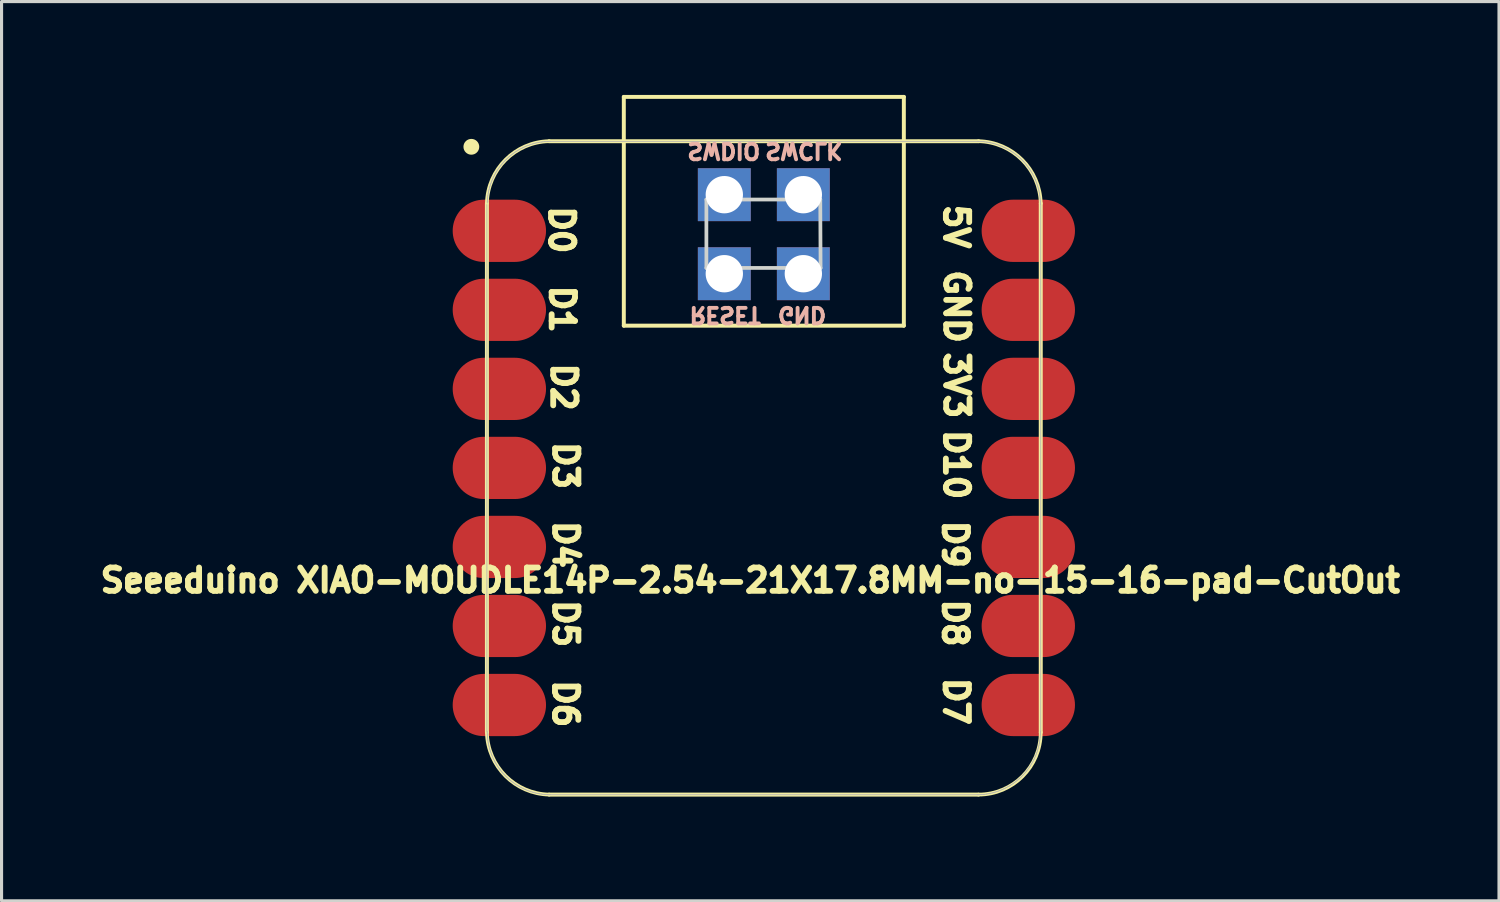
<source format=kicad_pcb>
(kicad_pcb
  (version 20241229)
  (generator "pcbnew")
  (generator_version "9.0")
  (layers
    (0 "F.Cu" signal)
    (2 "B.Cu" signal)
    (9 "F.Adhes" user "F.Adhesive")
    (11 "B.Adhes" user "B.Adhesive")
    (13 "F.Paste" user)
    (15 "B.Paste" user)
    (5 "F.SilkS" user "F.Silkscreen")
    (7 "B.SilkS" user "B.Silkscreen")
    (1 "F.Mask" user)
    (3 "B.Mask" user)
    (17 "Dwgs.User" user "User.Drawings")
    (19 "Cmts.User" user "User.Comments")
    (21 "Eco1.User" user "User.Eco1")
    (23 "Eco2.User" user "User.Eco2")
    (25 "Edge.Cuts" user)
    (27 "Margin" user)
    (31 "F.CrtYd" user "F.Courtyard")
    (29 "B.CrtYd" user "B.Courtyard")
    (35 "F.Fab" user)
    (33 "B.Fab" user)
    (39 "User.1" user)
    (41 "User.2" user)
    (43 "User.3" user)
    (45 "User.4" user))
  (footprint "Seeeduino XIAO-MOUDLE14P-2.54-21X17.8MM-no-15-16-pad-CutOut"
    (layer "F.Cu")
    (at 12.413 22.652)
    (property "Reference" "Seeeduino XIAO-MOUDLE14P-2.54-21X17.8MM-no-15-16-pad-CutOut" (at 8.65 -7.05 0) (layer "F.SilkS") (effects (font (size 0.75 0.75) (thickness 0.188))))
    (attr smd)
    (fp_line (start 0.186 -19.164) (end 0.186 -2.164) (stroke (width 0.127) (type solid)) (layer "F.SilkS"))
    (fp_line (start 2.186 -0.164) (end 15.986 -0.164) (stroke (width 0.127) (type solid)) (layer "F.SilkS"))
    (fp_line (start 4.586 -22.588) (end 13.586 -22.588) (stroke (width 0.127) (type solid)) (layer "F.SilkS"))
    (fp_line (start 4.586 -15.235) (end 4.586 -22.588) (stroke (width 0.127) (type solid)) (layer "F.SilkS"))
    (fp_line (start 13.586 -22.588) (end 13.586 -15.235) (stroke (width 0.127) (type solid)) (layer "F.SilkS"))
    (fp_line (start 13.586 -15.235) (end 4.586 -15.235) (stroke (width 0.127) (type solid)) (layer "F.SilkS"))
    (fp_line (start 15.986 -21.163) (end 2.186 -21.163) (stroke (width 0.127) (type solid)) (layer "F.SilkS"))
    (fp_line (start 17.986 -2.164) (end 17.986 -19.164) (stroke (width 0.127) (type solid)) (layer "F.SilkS"))
    (fp_arc (start 0.185786 -19.164214) (mid 0.784295 -20.565705) (end 2.185786 -21.164214) (stroke (width 0.12) (type solid)) (layer "F.SilkS"))
    (fp_arc (start 2.185786 -0.164214) (mid 0.784363 -0.762791) (end 0.185786 -2.164214) (stroke (width 0.12) (type solid)) (layer "F.SilkS"))
    (fp_arc (start 15.985786 -21.164214) (mid 17.38727 -20.565698) (end 17.985786 -19.164214) (stroke (width 0.12) (type solid)) (layer "F.SilkS"))
    (fp_arc (start 17.985786 -2.164214) (mid 17.400004 -0.749996) (end 15.985786 -0.164214) (stroke (width 0.12) (type solid)) (layer "F.SilkS"))
    (fp_circle (center -0.314 -20.984) (end -0.314 -21.238) (stroke (width 0) (type solid)) (fill yes) (layer "F.SilkS"))
    (fp_poly (pts (xy 0.198 -19.226) (xy 0.201 -19.275) (xy 0.205 -19.324)) (stroke (width 0.025) (type solid)) (fill no) (layer "F.SilkS"))
    (fp_poly (pts (xy 17.975 -2.143) (xy 17.973 -2.093) (xy 17.97 -2.045) (xy 17.966 -1.996) (xy 17.961 -1.947) (xy 17.954 -1.898) (xy 17.947 -1.85) (xy 17.938 -1.801) (xy 17.928 -1.753)) (stroke (width 0.025) (type solid)) (fill no) (layer "F.SilkS"))
    (fp_line (start 7.24 -17.09) (end 7.24 -19.29) (stroke (width 0.12) (type default)) (layer "Edge.Cuts"))
    (fp_line (start 7.24 -17.09) (end 10.91 -17.09) (stroke (width 0.12) (type default)) (layer "Edge.Cuts"))
    (fp_line (start 10.9 -19.29) (end 7.24 -19.29) (stroke (width 0.12) (type default)) (layer "Edge.Cuts"))
    (fp_line (start 10.91 -17.09) (end 10.9 -19.29) (stroke (width 0.12) (type default)) (layer "Edge.Cuts"))
    (fp_line (start 0.186 -19.128) (end 0.186 -2.192) (stroke (width 0.025) (type solid)) (layer "F.Fab"))
    (fp_line (start 0.196 -2.192) (end 0.196 -2.143) (stroke (width 0.025) (type solid)) (layer "F.Fab"))
    (fp_line (start 0.196 -2.143) (end 0.198 -2.093) (stroke (width 0.025) (type solid)) (layer "F.Fab"))
    (fp_line (start 0.198 -19.226) (end 0.196 -19.177) (stroke (width 0.025) (type solid)) (layer "F.Fab"))
    (fp_line (start 0.198 -2.093) (end 0.201 -2.045) (stroke (width 0.025) (type solid)) (layer "F.Fab"))
    (fp_line (start 0.201 -19.275) (end 0.198 -19.226) (stroke (width 0.025) (type solid)) (layer "F.Fab"))
    (fp_line (start 0.201 -2.045) (end 0.205 -1.996) (stroke (width 0.025) (type solid)) (layer "F.Fab"))
    (fp_line (start 0.205 -19.324) (end 0.201 -19.275) (stroke (width 0.025) (type solid)) (layer "F.Fab"))
    (fp_line (start 0.205 -1.996) (end 0.211 -1.947) (stroke (width 0.025) (type solid)) (layer "F.Fab"))
    (fp_line (start 0.211 -19.372) (end 0.205 -19.324) (stroke (width 0.025) (type solid)) (layer "F.Fab"))
    (fp_line (start 0.211 -1.947) (end 0.217 -1.898) (stroke (width 0.025) (type solid)) (layer "F.Fab"))
    (fp_line (start 0.217 -19.421) (end 0.211 -19.372) (stroke (width 0.025) (type solid)) (layer "F.Fab"))
    (fp_line (start 0.217 -1.898) (end 0.225 -1.85) (stroke (width 0.025) (type solid)) (layer "F.Fab"))
    (fp_line (start 0.225 -19.47) (end 0.217 -19.421) (stroke (width 0.025) (type solid)) (layer "F.Fab"))
    (fp_line (start 0.225 -1.85) (end 0.234 -1.801) (stroke (width 0.025) (type solid)) (layer "F.Fab"))
    (fp_line (start 0.234 -19.518) (end 0.225 -19.47) (stroke (width 0.025) (type solid)) (layer "F.Fab"))
    (fp_line (start 0.234 -1.801) (end 0.244 -1.753) (stroke (width 0.025) (type solid)) (layer "F.Fab"))
    (fp_line (start 0.244 -19.566) (end 0.234 -19.518) (stroke (width 0.025) (type solid)) (layer "F.Fab"))
    (fp_line (start 0.244 -1.753) (end 0.255 -1.705) (stroke (width 0.025) (type solid)) (layer "F.Fab"))
    (fp_line (start 0.255 -19.614) (end 0.244 -19.566) (stroke (width 0.025) (type solid)) (layer "F.Fab"))
    (fp_line (start 0.255 -1.705) (end 0.267 -1.658) (stroke (width 0.025) (type solid)) (layer "F.Fab"))
    (fp_line (start 0.267 -19.662) (end 0.255 -19.614) (stroke (width 0.025) (type solid)) (layer "F.Fab"))
    (fp_line (start 0.267 -1.658) (end 0.281 -1.611) (stroke (width 0.025) (type solid)) (layer "F.Fab"))
    (fp_line (start 0.281 -19.709) (end 0.267 -19.662) (stroke (width 0.025) (type solid)) (layer "F.Fab"))
    (fp_line (start 0.281 -1.611) (end 0.295 -1.564) (stroke (width 0.025) (type solid)) (layer "F.Fab"))
    (fp_line (start 0.295 -19.756) (end 0.281 -19.709) (stroke (width 0.025) (type solid)) (layer "F.Fab"))
    (fp_line (start 0.295 -1.564) (end 0.311 -1.517) (stroke (width 0.025) (type solid)) (layer "F.Fab"))
    (fp_line (start 0.311 -19.802) (end 0.295 -19.756) (stroke (width 0.025) (type solid)) (layer "F.Fab"))
    (fp_line (start 0.311 -1.517) (end 0.328 -1.471) (stroke (width 0.025) (type solid)) (layer "F.Fab"))
    (fp_line (start 0.328 -19.848) (end 0.311 -19.802) (stroke (width 0.025) (type solid)) (layer "F.Fab"))
    (fp_line (start 0.328 -1.471) (end 0.346 -1.425) (stroke (width 0.025) (type solid)) (layer "F.Fab"))
    (fp_line (start 0.346 -19.894) (end 0.328 -19.848) (stroke (width 0.025) (type solid)) (layer "F.Fab"))
    (fp_line (start 0.346 -1.425) (end 0.365 -1.38) (stroke (width 0.025) (type solid)) (layer "F.Fab"))
    (fp_line (start 0.365 -19.939) (end 0.346 -19.894) (stroke (width 0.025) (type solid)) (layer "F.Fab"))
    (fp_line (start 0.365 -1.38) (end 0.385 -1.335) (stroke (width 0.025) (type solid)) (layer "F.Fab"))
    (fp_line (start 0.385 -19.984) (end 0.365 -19.939) (stroke (width 0.025) (type solid)) (layer "F.Fab"))
    (fp_line (start 0.385 -1.335) (end 0.406 -1.291) (stroke (width 0.025) (type solid)) (layer "F.Fab"))
    (fp_line (start 0.406 -20.028) (end 0.385 -19.984) (stroke (width 0.025) (type solid)) (layer "F.Fab"))
    (fp_line (start 0.406 -1.291) (end 0.428 -1.247) (stroke (width 0.025) (type solid)) (layer "F.Fab"))
    (fp_line (start 0.428 -20.072) (end 0.406 -20.028) (stroke (width 0.025) (type solid)) (layer "F.Fab"))
    (fp_line (start 0.428 -1.247) (end 0.452 -1.204) (stroke (width 0.025) (type solid)) (layer "F.Fab"))
    (fp_line (start 0.452 -20.115) (end 0.428 -20.072) (stroke (width 0.025) (type solid)) (layer "F.Fab"))
    (fp_line (start 0.452 -1.204) (end 0.476 -1.161) (stroke (width 0.025) (type solid)) (layer "F.Fab"))
    (fp_line (start 0.476 -20.158) (end 0.452 -20.115) (stroke (width 0.025) (type solid)) (layer "F.Fab"))
    (fp_line (start 0.476 -1.161) (end 0.502 -1.12) (stroke (width 0.025) (type solid)) (layer "F.Fab"))
    (fp_line (start 0.502 -20.2) (end 0.476 -20.158) (stroke (width 0.025) (type solid)) (layer "F.Fab"))
    (fp_line (start 0.502 -1.12) (end 0.528 -1.078) (stroke (width 0.025) (type solid)) (layer "F.Fab"))
    (fp_line (start 0.528 -20.241) (end 0.502 -20.2) (stroke (width 0.025) (type solid)) (layer "F.Fab"))
    (fp_line (start 0.528 -1.078) (end 0.555 -1.037) (stroke (width 0.025) (type solid)) (layer "F.Fab"))
    (fp_line (start 0.555 -20.282) (end 0.528 -20.241) (stroke (width 0.025) (type solid)) (layer "F.Fab"))
    (fp_line (start 0.555 -1.037) (end 0.584 -0.997) (stroke (width 0.025) (type solid)) (layer "F.Fab"))
    (fp_line (start 0.584 -20.322) (end 0.555 -20.282) (stroke (width 0.025) (type solid)) (layer "F.Fab"))
    (fp_line (start 0.584 -0.997) (end 0.613 -0.958) (stroke (width 0.025) (type solid)) (layer "F.Fab"))
    (fp_line (start 0.613 -20.361) (end 0.584 -20.322) (stroke (width 0.025) (type solid)) (layer "F.Fab"))
    (fp_line (start 0.613 -0.958) (end 0.644 -0.919) (stroke (width 0.025) (type solid)) (layer "F.Fab"))
    (fp_line (start 0.644 -20.4) (end 0.613 -20.361) (stroke (width 0.025) (type solid)) (layer "F.Fab"))
    (fp_line (start 0.644 -0.919) (end 0.675 -0.881) (stroke (width 0.025) (type solid)) (layer "F.Fab"))
    (fp_line (start 0.675 -20.438) (end 0.644 -20.4) (stroke (width 0.025) (type solid)) (layer "F.Fab"))
    (fp_line (start 0.675 -0.881) (end 0.707 -0.844) (stroke (width 0.025) (type solid)) (layer "F.Fab"))
    (fp_line (start 0.707 -20.475) (end 0.675 -20.438) (stroke (width 0.025) (type solid)) (layer "F.Fab"))
    (fp_line (start 0.707 -0.844) (end 0.74 -0.808) (stroke (width 0.025) (type solid)) (layer "F.Fab"))
    (fp_line (start 0.74 -20.511) (end 0.707 -20.475) (stroke (width 0.025) (type solid)) (layer "F.Fab"))
    (fp_line (start 0.74 -0.808) (end 0.774 -0.772) (stroke (width 0.025) (type solid)) (layer "F.Fab"))
    (fp_line (start 0.774 -20.547) (end 0.74 -20.511) (stroke (width 0.025) (type solid)) (layer "F.Fab"))
    (fp_line (start 0.774 -0.772) (end 0.808 -0.738) (stroke (width 0.025) (type solid)) (layer "F.Fab"))
    (fp_line (start 0.808 -20.582) (end 0.774 -20.547) (stroke (width 0.025) (type solid)) (layer "F.Fab"))
    (fp_line (start 0.808 -0.738) (end 0.844 -0.704) (stroke (width 0.025) (type solid)) (layer "F.Fab"))
    (fp_line (start 0.844 -20.616) (end 0.808 -20.582) (stroke (width 0.025) (type solid)) (layer "F.Fab"))
    (fp_line (start 0.844 -0.704) (end 0.88 -0.671) (stroke (width 0.025) (type solid)) (layer "F.Fab"))
    (fp_line (start 0.88 -20.649) (end 0.844 -20.616) (stroke (width 0.025) (type solid)) (layer "F.Fab"))
    (fp_line (start 0.88 -0.671) (end 0.917 -0.638) (stroke (width 0.025) (type solid)) (layer "F.Fab"))
    (fp_line (start 0.917 -20.681) (end 0.88 -20.649) (stroke (width 0.025) (type solid)) (layer "F.Fab"))
    (fp_line (start 0.917 -0.638) (end 0.955 -0.607) (stroke (width 0.025) (type solid)) (layer "F.Fab"))
    (fp_line (start 0.955 -20.712) (end 0.917 -20.681) (stroke (width 0.025) (type solid)) (layer "F.Fab"))
    (fp_line (start 0.955 -0.607) (end 0.994 -0.577) (stroke (width 0.025) (type solid)) (layer "F.Fab"))
    (fp_line (start 0.994 -20.742) (end 0.955 -20.712) (stroke (width 0.025) (type solid)) (layer "F.Fab"))
    (fp_line (start 0.994 -0.577) (end 1.033 -0.548) (stroke (width 0.025) (type solid)) (layer "F.Fab"))
    (fp_line (start 1.033 -20.772) (end 0.994 -20.742) (stroke (width 0.025) (type solid)) (layer "F.Fab"))
    (fp_line (start 1.033 -0.548) (end 1.073 -0.519) (stroke (width 0.025) (type solid)) (layer "F.Fab"))
    (fp_line (start 1.073 -20.8) (end 1.033 -20.772) (stroke (width 0.025) (type solid)) (layer "F.Fab"))
    (fp_line (start 1.073 -0.519) (end 1.114 -0.492) (stroke (width 0.025) (type solid)) (layer "F.Fab"))
    (fp_line (start 1.114 -20.827) (end 1.073 -20.8) (stroke (width 0.025) (type solid)) (layer "F.Fab"))
    (fp_line (start 1.114 -0.492) (end 1.156 -0.465) (stroke (width 0.025) (type solid)) (layer "F.Fab"))
    (fp_line (start 1.156 -20.854) (end 1.114 -20.827) (stroke (width 0.025) (type solid)) (layer "F.Fab"))
    (fp_line (start 1.156 -0.465) (end 1.198 -0.44) (stroke (width 0.025) (type solid)) (layer "F.Fab"))
    (fp_line (start 1.198 -20.879) (end 1.156 -20.854) (stroke (width 0.025) (type solid)) (layer "F.Fab"))
    (fp_line (start 1.198 -0.44) (end 1.24 -0.416) (stroke (width 0.025) (type solid)) (layer "F.Fab"))
    (fp_line (start 1.24 -20.904) (end 1.198 -20.879) (stroke (width 0.025) (type solid)) (layer "F.Fab"))
    (fp_line (start 1.24 -0.416) (end 1.283 -0.392) (stroke (width 0.025) (type solid)) (layer "F.Fab"))
    (fp_line (start 1.283 -20.927) (end 1.24 -20.904) (stroke (width 0.025) (type solid)) (layer "F.Fab"))
    (fp_line (start 1.283 -0.392) (end 1.327 -0.37) (stroke (width 0.025) (type solid)) (layer "F.Fab"))
    (fp_line (start 1.327 -20.949) (end 1.283 -20.927) (stroke (width 0.025) (type solid)) (layer "F.Fab"))
    (fp_line (start 1.327 -0.37) (end 1.372 -0.349) (stroke (width 0.025) (type solid)) (layer "F.Fab"))
    (fp_line (start 1.372 -20.97) (end 1.327 -20.949) (stroke (width 0.025) (type solid)) (layer "F.Fab"))
    (fp_line (start 1.372 -0.349) (end 1.416 -0.329) (stroke (width 0.025) (type solid)) (layer "F.Fab"))
    (fp_line (start 1.416 -20.99) (end 1.372 -20.97) (stroke (width 0.025) (type solid)) (layer "F.Fab"))
    (fp_line (start 1.416 -0.329) (end 1.461 -0.31) (stroke (width 0.025) (type solid)) (layer "F.Fab"))
    (fp_line (start 1.461 -21.01) (end 1.416 -20.99) (stroke (width 0.025) (type solid)) (layer "F.Fab"))
    (fp_line (start 1.461 -0.31) (end 1.507 -0.292) (stroke (width 0.025) (type solid)) (layer "F.Fab"))
    (fp_line (start 1.507 -21.028) (end 1.461 -21.01) (stroke (width 0.025) (type solid)) (layer "F.Fab"))
    (fp_line (start 1.507 -0.292) (end 1.553 -0.275) (stroke (width 0.025) (type solid)) (layer "F.Fab"))
    (fp_line (start 1.553 -21.044) (end 1.507 -21.028) (stroke (width 0.025) (type solid)) (layer "F.Fab"))
    (fp_line (start 1.553 -0.275) (end 1.6 -0.259) (stroke (width 0.025) (type solid)) (layer "F.Fab"))
    (fp_line (start 1.6 -21.06) (end 1.553 -21.044) (stroke (width 0.025) (type solid)) (layer "F.Fab"))
    (fp_line (start 1.6 -0.259) (end 1.647 -0.244) (stroke (width 0.025) (type solid)) (layer "F.Fab"))
    (fp_line (start 1.647 -21.075) (end 1.6 -21.06) (stroke (width 0.025) (type solid)) (layer "F.Fab"))
    (fp_line (start 1.647 -0.244) (end 1.694 -0.231) (stroke (width 0.025) (type solid)) (layer "F.Fab"))
    (fp_line (start 1.694 -21.088) (end 1.647 -21.075) (stroke (width 0.025) (type solid)) (layer "F.Fab"))
    (fp_line (start 1.694 -0.231) (end 1.741 -0.219) (stroke (width 0.025) (type solid)) (layer "F.Fab"))
    (fp_line (start 1.741 -21.101) (end 1.694 -21.088) (stroke (width 0.025) (type solid)) (layer "F.Fab"))
    (fp_line (start 1.741 -0.219) (end 1.789 -0.207) (stroke (width 0.025) (type solid)) (layer "F.Fab"))
    (fp_line (start 1.789 -21.112) (end 1.741 -21.101) (stroke (width 0.025) (type solid)) (layer "F.Fab"))
    (fp_line (start 1.789 -0.207) (end 1.837 -0.198) (stroke (width 0.025) (type solid)) (layer "F.Fab"))
    (fp_line (start 1.837 -21.122) (end 1.789 -21.112) (stroke (width 0.025) (type solid)) (layer "F.Fab"))
    (fp_line (start 1.837 -0.198) (end 1.886 -0.189) (stroke (width 0.025) (type solid)) (layer "F.Fab"))
    (fp_line (start 1.886 -21.131) (end 1.837 -21.122) (stroke (width 0.025) (type solid)) (layer "F.Fab"))
    (fp_line (start 1.886 -0.189) (end 1.934 -0.181) (stroke (width 0.025) (type solid)) (layer "F.Fab"))
    (fp_line (start 1.934 -21.138) (end 1.886 -21.131) (stroke (width 0.025) (type solid)) (layer "F.Fab"))
    (fp_line (start 1.934 -0.181) (end 1.983 -0.174) (stroke (width 0.025) (type solid)) (layer "F.Fab"))
    (fp_line (start 1.983 -21.145) (end 1.934 -21.138) (stroke (width 0.025) (type solid)) (layer "F.Fab"))
    (fp_line (start 1.983 -0.174) (end 2.032 -0.169) (stroke (width 0.025) (type solid)) (layer "F.Fab"))
    (fp_line (start 2.032 -21.15) (end 1.983 -21.145) (stroke (width 0.025) (type solid)) (layer "F.Fab"))
    (fp_line (start 2.032 -0.169) (end 2.081 -0.165) (stroke (width 0.025) (type solid)) (layer "F.Fab"))
    (fp_line (start 2.081 -21.154) (end 2.032 -21.15) (stroke (width 0.025) (type solid)) (layer "F.Fab"))
    (fp_line (start 2.081 -0.165) (end 2.129 -0.162) (stroke (width 0.025) (type solid)) (layer "F.Fab"))
    (fp_line (start 2.129 -21.157) (end 2.081 -21.154) (stroke (width 0.025) (type solid)) (layer "F.Fab"))
    (fp_line (start 2.129 -0.162) (end 2.179 -0.16) (stroke (width 0.025) (type solid)) (layer "F.Fab"))
    (fp_line (start 2.179 -21.159) (end 2.129 -21.157) (stroke (width 0.025) (type solid)) (layer "F.Fab"))
    (fp_line (start 2.179 -0.16) (end 2.228 -0.16) (stroke (width 0.025) (type solid)) (layer "F.Fab"))
    (fp_line (start 2.228 -21.16) (end 2.179 -21.159) (stroke (width 0.025) (type solid)) (layer "F.Fab"))
    (fp_line (start 2.228 -0.16) (end 15.944 -0.16) (stroke (width 0.025) (type solid)) (layer "F.Fab"))
    (fp_line (start 15.944 -21.16) (end 2.228 -21.16) (stroke (width 0.025) (type solid)) (layer "F.Fab"))
    (fp_line (start 15.944 -0.16) (end 15.993 -0.16) (stroke (width 0.025) (type solid)) (layer "F.Fab"))
    (fp_line (start 15.993 -21.159) (end 15.944 -21.16) (stroke (width 0.025) (type solid)) (layer "F.Fab"))
    (fp_line (start 15.993 -0.16) (end 16.042 -0.162) (stroke (width 0.025) (type solid)) (layer "F.Fab"))
    (fp_line (start 16.042 -21.157) (end 15.993 -21.159) (stroke (width 0.025) (type solid)) (layer "F.Fab"))
    (fp_line (start 16.042 -0.162) (end 16.091 -0.165) (stroke (width 0.025) (type solid)) (layer "F.Fab"))
    (fp_line (start 16.091 -21.154) (end 16.042 -21.157) (stroke (width 0.025) (type solid)) (layer "F.Fab"))
    (fp_line (start 16.091 -0.165) (end 16.14 -0.169) (stroke (width 0.025) (type solid)) (layer "F.Fab"))
    (fp_line (start 16.14 -21.15) (end 16.091 -21.154) (stroke (width 0.025) (type solid)) (layer "F.Fab"))
    (fp_line (start 16.14 -0.169) (end 16.189 -0.174) (stroke (width 0.025) (type solid)) (layer "F.Fab"))
    (fp_line (start 16.189 -21.145) (end 16.14 -21.15) (stroke (width 0.025) (type solid)) (layer "F.Fab"))
    (fp_line (start 16.189 -0.174) (end 16.237 -0.181) (stroke (width 0.025) (type solid)) (layer "F.Fab"))
    (fp_line (start 16.237 -21.138) (end 16.189 -21.145) (stroke (width 0.025) (type solid)) (layer "F.Fab"))
    (fp_line (start 16.237 -0.181) (end 16.286 -0.189) (stroke (width 0.025) (type solid)) (layer "F.Fab"))
    (fp_line (start 16.286 -21.131) (end 16.237 -21.138) (stroke (width 0.025) (type solid)) (layer "F.Fab"))
    (fp_line (start 16.286 -0.189) (end 16.334 -0.198) (stroke (width 0.025) (type solid)) (layer "F.Fab"))
    (fp_line (start 16.334 -21.122) (end 16.286 -21.131) (stroke (width 0.025) (type solid)) (layer "F.Fab"))
    (fp_line (start 16.334 -0.198) (end 16.382 -0.207) (stroke (width 0.025) (type solid)) (layer "F.Fab"))
    (fp_line (start 16.382 -21.112) (end 16.334 -21.122) (stroke (width 0.025) (type solid)) (layer "F.Fab"))
    (fp_line (start 16.382 -0.207) (end 16.43 -0.219) (stroke (width 0.025) (type solid)) (layer "F.Fab"))
    (fp_line (start 16.43 -21.101) (end 16.382 -21.112) (stroke (width 0.025) (type solid)) (layer "F.Fab"))
    (fp_line (start 16.43 -0.219) (end 16.478 -0.231) (stroke (width 0.025) (type solid)) (layer "F.Fab"))
    (fp_line (start 16.478 -21.088) (end 16.43 -21.101) (stroke (width 0.025) (type solid)) (layer "F.Fab"))
    (fp_line (start 16.478 -0.231) (end 16.525 -0.244) (stroke (width 0.025) (type solid)) (layer "F.Fab"))
    (fp_line (start 16.525 -21.075) (end 16.478 -21.088) (stroke (width 0.025) (type solid)) (layer "F.Fab"))
    (fp_line (start 16.525 -0.244) (end 16.572 -0.259) (stroke (width 0.025) (type solid)) (layer "F.Fab"))
    (fp_line (start 16.572 -21.06) (end 16.525 -21.075) (stroke (width 0.025) (type solid)) (layer "F.Fab"))
    (fp_line (start 16.572 -0.259) (end 16.618 -0.275) (stroke (width 0.025) (type solid)) (layer "F.Fab"))
    (fp_line (start 16.618 -21.044) (end 16.572 -21.06) (stroke (width 0.025) (type solid)) (layer "F.Fab"))
    (fp_line (start 16.618 -0.275) (end 16.664 -0.292) (stroke (width 0.025) (type solid)) (layer "F.Fab"))
    (fp_line (start 16.664 -21.028) (end 16.618 -21.044) (stroke (width 0.025) (type solid)) (layer "F.Fab"))
    (fp_line (start 16.664 -0.292) (end 16.71 -0.31) (stroke (width 0.025) (type solid)) (layer "F.Fab"))
    (fp_line (start 16.71 -21.01) (end 16.664 -21.028) (stroke (width 0.025) (type solid)) (layer "F.Fab"))
    (fp_line (start 16.71 -0.31) (end 16.755 -0.329) (stroke (width 0.025) (type solid)) (layer "F.Fab"))
    (fp_line (start 16.755 -20.99) (end 16.71 -21.01) (stroke (width 0.025) (type solid)) (layer "F.Fab"))
    (fp_line (start 16.755 -0.329) (end 16.8 -0.349) (stroke (width 0.025) (type solid)) (layer "F.Fab"))
    (fp_line (start 16.8 -20.97) (end 16.755 -20.99) (stroke (width 0.025) (type solid)) (layer "F.Fab"))
    (fp_line (start 16.8 -0.349) (end 16.844 -0.37) (stroke (width 0.025) (type solid)) (layer "F.Fab"))
    (fp_line (start 16.844 -20.949) (end 16.8 -20.97) (stroke (width 0.025) (type solid)) (layer "F.Fab"))
    (fp_line (start 16.844 -0.37) (end 16.888 -0.392) (stroke (width 0.025) (type solid)) (layer "F.Fab"))
    (fp_line (start 16.888 -20.927) (end 16.844 -20.949) (stroke (width 0.025) (type solid)) (layer "F.Fab"))
    (fp_line (start 16.888 -0.392) (end 16.931 -0.416) (stroke (width 0.025) (type solid)) (layer "F.Fab"))
    (fp_line (start 16.931 -20.904) (end 16.888 -20.927) (stroke (width 0.025) (type solid)) (layer "F.Fab"))
    (fp_line (start 16.931 -0.416) (end 16.974 -0.44) (stroke (width 0.025) (type solid)) (layer "F.Fab"))
    (fp_line (start 16.974 -20.879) (end 16.931 -20.904) (stroke (width 0.025) (type solid)) (layer "F.Fab"))
    (fp_line (start 16.974 -0.44) (end 17.016 -0.465) (stroke (width 0.025) (type solid)) (layer "F.Fab"))
    (fp_line (start 17.016 -20.854) (end 16.974 -20.879) (stroke (width 0.025) (type solid)) (layer "F.Fab"))
    (fp_line (start 17.016 -0.465) (end 17.057 -0.492) (stroke (width 0.025) (type solid)) (layer "F.Fab"))
    (fp_line (start 17.057 -20.827) (end 17.016 -20.854) (stroke (width 0.025) (type solid)) (layer "F.Fab"))
    (fp_line (start 17.057 -0.492) (end 17.098 -0.519) (stroke (width 0.025) (type solid)) (layer "F.Fab"))
    (fp_line (start 17.098 -20.8) (end 17.057 -20.827) (stroke (width 0.025) (type solid)) (layer "F.Fab"))
    (fp_line (start 17.098 -0.519) (end 17.138 -0.548) (stroke (width 0.025) (type solid)) (layer "F.Fab"))
    (fp_line (start 17.138 -20.772) (end 17.098 -20.8) (stroke (width 0.025) (type solid)) (layer "F.Fab"))
    (fp_line (start 17.138 -0.548) (end 17.177 -0.577) (stroke (width 0.025) (type solid)) (layer "F.Fab"))
    (fp_line (start 17.177 -20.742) (end 17.138 -20.772) (stroke (width 0.025) (type solid)) (layer "F.Fab"))
    (fp_line (start 17.177 -0.577) (end 17.216 -0.607) (stroke (width 0.025) (type solid)) (layer "F.Fab"))
    (fp_line (start 17.216 -20.712) (end 17.177 -20.742) (stroke (width 0.025) (type solid)) (layer "F.Fab"))
    (fp_line (start 17.216 -0.607) (end 17.254 -0.638) (stroke (width 0.025) (type solid)) (layer "F.Fab"))
    (fp_line (start 17.254 -20.681) (end 17.216 -20.712) (stroke (width 0.025) (type solid)) (layer "F.Fab"))
    (fp_line (start 17.254 -0.638) (end 17.291 -0.671) (stroke (width 0.025) (type solid)) (layer "F.Fab"))
    (fp_line (start 17.291 -20.649) (end 17.254 -20.681) (stroke (width 0.025) (type solid)) (layer "F.Fab"))
    (fp_line (start 17.291 -0.671) (end 17.328 -0.704) (stroke (width 0.025) (type solid)) (layer "F.Fab"))
    (fp_line (start 17.328 -20.616) (end 17.291 -20.649) (stroke (width 0.025) (type solid)) (layer "F.Fab"))
    (fp_line (start 17.328 -0.704) (end 17.363 -0.738) (stroke (width 0.025) (type solid)) (layer "F.Fab"))
    (fp_line (start 17.363 -20.582) (end 17.328 -20.616) (stroke (width 0.025) (type solid)) (layer "F.Fab"))
    (fp_line (start 17.363 -0.738) (end 17.398 -0.772) (stroke (width 0.025) (type solid)) (layer "F.Fab"))
    (fp_line (start 17.398 -20.547) (end 17.363 -20.582) (stroke (width 0.025) (type solid)) (layer "F.Fab"))
    (fp_line (start 17.398 -0.772) (end 17.432 -0.808) (stroke (width 0.025) (type solid)) (layer "F.Fab"))
    (fp_line (start 17.432 -20.511) (end 17.398 -20.547) (stroke (width 0.025) (type solid)) (layer "F.Fab"))
    (fp_line (start 17.432 -0.808) (end 17.465 -0.844) (stroke (width 0.025) (type solid)) (layer "F.Fab"))
    (fp_line (start 17.465 -20.475) (end 17.432 -20.511) (stroke (width 0.025) (type solid)) (layer "F.Fab"))
    (fp_line (start 17.465 -0.844) (end 17.497 -0.881) (stroke (width 0.025) (type solid)) (layer "F.Fab"))
    (fp_line (start 17.497 -20.438) (end 17.465 -20.475) (stroke (width 0.025) (type solid)) (layer "F.Fab"))
    (fp_line (start 17.497 -0.881) (end 17.528 -0.919) (stroke (width 0.025) (type solid)) (layer "F.Fab"))
    (fp_line (start 17.528 -20.4) (end 17.497 -20.438) (stroke (width 0.025) (type solid)) (layer "F.Fab"))
    (fp_line (start 17.528 -0.919) (end 17.558 -0.958) (stroke (width 0.025) (type solid)) (layer "F.Fab"))
    (fp_line (start 17.558 -20.361) (end 17.528 -20.4) (stroke (width 0.025) (type solid)) (layer "F.Fab"))
    (fp_line (start 17.558 -0.958) (end 17.588 -0.997) (stroke (width 0.025) (type solid)) (layer "F.Fab"))
    (fp_line (start 17.588 -20.322) (end 17.558 -20.361) (stroke (width 0.025) (type solid)) (layer "F.Fab"))
    (fp_line (start 17.588 -0.997) (end 17.616 -1.037) (stroke (width 0.025) (type solid)) (layer "F.Fab"))
    (fp_line (start 17.616 -20.282) (end 17.588 -20.322) (stroke (width 0.025) (type solid)) (layer "F.Fab"))
    (fp_line (start 17.616 -1.037) (end 17.644 -1.078) (stroke (width 0.025) (type solid)) (layer "F.Fab"))
    (fp_line (start 17.644 -20.241) (end 17.616 -20.282) (stroke (width 0.025) (type solid)) (layer "F.Fab"))
    (fp_line (start 17.644 -1.078) (end 17.67 -1.12) (stroke (width 0.025) (type solid)) (layer "F.Fab"))
    (fp_line (start 17.67 -20.2) (end 17.644 -20.241) (stroke (width 0.025) (type solid)) (layer "F.Fab"))
    (fp_line (start 17.67 -1.12) (end 17.695 -1.161) (stroke (width 0.025) (type solid)) (layer "F.Fab"))
    (fp_line (start 17.695 -20.158) (end 17.67 -20.2) (stroke (width 0.025) (type solid)) (layer "F.Fab"))
    (fp_line (start 17.695 -1.161) (end 17.72 -1.204) (stroke (width 0.025) (type solid)) (layer "F.Fab"))
    (fp_line (start 17.72 -20.115) (end 17.695 -20.158) (stroke (width 0.025) (type solid)) (layer "F.Fab"))
    (fp_line (start 17.72 -1.204) (end 17.743 -1.247) (stroke (width 0.025) (type solid)) (layer "F.Fab"))
    (fp_line (start 17.743 -20.072) (end 17.72 -20.115) (stroke (width 0.025) (type solid)) (layer "F.Fab"))
    (fp_line (start 17.743 -1.247) (end 17.765 -1.291) (stroke (width 0.025) (type solid)) (layer "F.Fab"))
    (fp_line (start 17.765 -20.028) (end 17.743 -20.072) (stroke (width 0.025) (type solid)) (layer "F.Fab"))
    (fp_line (start 17.765 -1.291) (end 17.787 -1.335) (stroke (width 0.025) (type solid)) (layer "F.Fab"))
    (fp_line (start 17.787 -19.984) (end 17.765 -20.028) (stroke (width 0.025) (type solid)) (layer "F.Fab"))
    (fp_line (start 17.787 -1.335) (end 17.807 -1.38) (stroke (width 0.025) (type solid)) (layer "F.Fab"))
    (fp_line (start 17.807 -19.939) (end 17.787 -19.984) (stroke (width 0.025) (type solid)) (layer "F.Fab"))
    (fp_line (start 17.807 -1.38) (end 17.826 -1.425) (stroke (width 0.025) (type solid)) (layer "F.Fab"))
    (fp_line (start 17.826 -19.894) (end 17.807 -19.939) (stroke (width 0.025) (type solid)) (layer "F.Fab"))
    (fp_line (start 17.826 -1.425) (end 17.844 -1.471) (stroke (width 0.025) (type solid)) (layer "F.Fab"))
    (fp_line (start 17.844 -19.848) (end 17.826 -19.894) (stroke (width 0.025) (type solid)) (layer "F.Fab"))
    (fp_line (start 17.844 -1.471) (end 17.86 -1.517) (stroke (width 0.025) (type solid)) (layer "F.Fab"))
    (fp_line (start 17.86 -19.802) (end 17.844 -19.848) (stroke (width 0.025) (type solid)) (layer "F.Fab"))
    (fp_line (start 17.86 -1.517) (end 17.876 -1.564) (stroke (width 0.025) (type solid)) (layer "F.Fab"))
    (fp_line (start 17.876 -19.756) (end 17.86 -19.802) (stroke (width 0.025) (type solid)) (layer "F.Fab"))
    (fp_line (start 17.876 -1.564) (end 17.891 -1.611) (stroke (width 0.025) (type solid)) (layer "F.Fab"))
    (fp_line (start 17.891 -19.709) (end 17.876 -19.756) (stroke (width 0.025) (type solid)) (layer "F.Fab"))
    (fp_line (start 17.891 -1.611) (end 17.904 -1.658) (stroke (width 0.025) (type solid)) (layer "F.Fab"))
    (fp_line (start 17.904 -19.662) (end 17.891 -19.709) (stroke (width 0.025) (type solid)) (layer "F.Fab"))
    (fp_line (start 17.904 -1.658) (end 17.917 -1.705) (stroke (width 0.025) (type solid)) (layer "F.Fab"))
    (fp_line (start 17.917 -19.614) (end 17.904 -19.662) (stroke (width 0.025) (type solid)) (layer "F.Fab"))
    (fp_line (start 17.917 -1.705) (end 17.928 -1.753) (stroke (width 0.025) (type solid)) (layer "F.Fab"))
    (fp_line (start 17.928 -19.566) (end 17.917 -19.614) (stroke (width 0.025) (type solid)) (layer "F.Fab"))
    (fp_line (start 17.928 -1.753) (end 17.938 -1.801) (stroke (width 0.025) (type solid)) (layer "F.Fab"))
    (fp_line (start 17.938 -19.518) (end 17.928 -19.566) (stroke (width 0.025) (type solid)) (layer "F.Fab"))
    (fp_line (start 17.938 -1.801) (end 17.947 -1.85) (stroke (width 0.025) (type solid)) (layer "F.Fab"))
    (fp_line (start 17.947 -19.47) (end 17.938 -19.518) (stroke (width 0.025) (type solid)) (layer "F.Fab"))
    (fp_line (start 17.947 -1.85) (end 17.954 -1.898) (stroke (width 0.025) (type solid)) (layer "F.Fab"))
    (fp_line (start 17.954 -19.421) (end 17.947 -19.47) (stroke (width 0.025) (type solid)) (layer "F.Fab"))
    (fp_line (start 17.954 -1.898) (end 17.961 -1.947) (stroke (width 0.025) (type solid)) (layer "F.Fab"))
    (fp_line (start 17.961 -19.372) (end 17.954 -19.421) (stroke (width 0.025) (type solid)) (layer "F.Fab"))
    (fp_line (start 17.961 -1.947) (end 17.966 -1.996) (stroke (width 0.025) (type solid)) (layer "F.Fab"))
    (fp_line (start 17.966 -19.324) (end 17.961 -19.372) (stroke (width 0.025) (type solid)) (layer "F.Fab"))
    (fp_line (start 17.966 -1.996) (end 17.97 -2.045) (stroke (width 0.025) (type solid)) (layer "F.Fab"))
    (fp_line (start 17.97 -19.275) (end 17.966 -19.324) (stroke (width 0.025) (type solid)) (layer "F.Fab"))
    (fp_line (start 17.97 -2.045) (end 17.973 -2.093) (stroke (width 0.025) (type solid)) (layer "F.Fab"))
    (fp_line (start 17.973 -19.226) (end 17.97 -19.275) (stroke (width 0.025) (type solid)) (layer "F.Fab"))
    (fp_line (start 17.973 -2.093) (end 17.975 -2.143) (stroke (width 0.025) (type solid)) (layer "F.Fab"))
    (fp_line (start 17.975 -19.177) (end 17.973 -19.226) (stroke (width 0.025) (type solid)) (layer "F.Fab"))
    (fp_line (start 17.975 -2.143) (end 17.976 -2.192) (stroke (width 0.025) (type solid)) (layer "F.Fab"))
    (fp_line (start 17.976 -19.128) (end 17.975 -19.177) (stroke (width 0.025) (type solid)) (layer "F.Fab"))
    (fp_line (start 17.986 -2.192) (end 17.986 -19.128) (stroke (width 0.025) (type solid)) (layer "F.Fab"))
    (fp_text user "D5" (at 2.714 -5.66 270) (unlocked yes) (layer "F.SilkS") (effects (font (size 0.75 0.75) (thickness 0.188))))
    (fp_text user "D2" (at 2.654 -13.264 270) (unlocked yes) (layer "F.SilkS") (effects (font (size 0.75 0.75) (thickness 0.188))))
    (fp_text user "GND" (at 15.284 -15.849 270) (unlocked yes) (layer "F.SilkS") (effects (font (size 0.75 0.75) (thickness 0.188))))
    (fp_text user "D3" (at 2.714 -10.74 270) (unlocked yes) (layer "F.SilkS") (effects (font (size 0.75 0.75) (thickness 0.188))))
    (fp_text user "3V3" (at 15.284 -13.319 270) (unlocked yes) (layer "F.SilkS") (effects (font (size 0.75 0.75) (thickness 0.188))))
    (fp_text user "D7" (at 15.264 -3.159 270) (unlocked yes) (layer "F.SilkS") (effects (font (size 0.75 0.75) (thickness 0.188))))
    (fp_text user "D0" (at 2.584 -18.314 270) (unlocked yes) (layer "F.SilkS") (effects (font (size 0.75 0.75) (thickness 0.188))))
    (fp_text user "D10" (at 15.274 -10.769 270) (unlocked yes) (layer "F.SilkS") (effects (font (size 0.75 0.75) (thickness 0.188))))
    (fp_text user "5V" (at 15.274 -18.419 270) (unlocked yes) (layer "F.SilkS") (effects (font (size 0.75 0.75) (thickness 0.188))))
    (fp_text user "D9" (at 15.234 -8.209 270) (unlocked yes) (layer "F.SilkS") (effects (font (size 0.75 0.75) (thickness 0.188))))
    (fp_text user "D1" (at 2.604 -15.764 270) (unlocked yes) (layer "F.SilkS") (effects (font (size 0.75 0.75) (thickness 0.188))))
    (fp_text user "D4" (at 2.714 -8.2 270) (unlocked yes) (layer "F.SilkS") (effects (font (size 0.75 0.75) (thickness 0.188))))
    (fp_text user "D8" (at 15.234 -5.679 270) (unlocked yes) (layer "F.SilkS") (effects (font (size 0.75 0.75) (thickness 0.188))))
    (fp_text user "D6" (at 2.71 -3.084 270) (unlocked yes) (layer "F.SilkS") (effects (font (size 0.75 0.75) (thickness 0.188) (bold yes))))
    (fp_text user "GND" (at 10.314 -15.583 180) (unlocked yes) (layer "B.SilkS") (effects (font (size 0.5 0.5) (thickness 0.125)) (justify mirror)))
    (fp_text user "RESET" (at 7.846 -15.583 180) (unlocked yes) (layer "B.SilkS") (effects (font (size 0.5 0.5) (thickness 0.125)) (justify mirror)))
    (fp_text user "SWCLK" (at 10.374 -20.858 180) (unlocked yes) (layer "B.SilkS") (effects (font (size 0.5 0.5) (thickness 0.125)) (justify mirror)))
    (fp_text user "SWDIO" (at 7.799 -20.858 180) (unlocked yes) (layer "B.SilkS") (effects (font (size 0.5 0.5) (thickness 0.125)) (justify mirror)))
    (pad "1" smd oval (at 0.586 -18.284) (size 3 2) (layers "F.Cu" "F.Mask" "F.Paste"))
    (pad "2" smd oval (at 0.586 -15.744) (size 3 2) (layers "F.Cu" "F.Mask" "F.Paste"))
    (pad "3" smd oval (at 0.586 -13.204) (size 3 2) (layers "F.Cu" "F.Mask" "F.Paste"))
    (pad "4" smd oval (at 0.586 -10.664) (size 3 2) (layers "F.Cu" "F.Mask" "F.Paste"))
    (pad "5" smd oval (at 0.586 -8.124) (size 3 2) (layers "F.Cu" "F.Mask" "F.Paste"))
    (pad "6" smd oval (at 0.586 -5.584 180) (size 3 2) (layers "F.Cu" "F.Mask" "F.Paste"))
    (pad "7" smd oval (at 0.586 -3.044) (size 3 2) (layers "F.Cu" "F.Mask" "F.Paste"))
    (pad "8" smd oval (at 17.586 -3.044) (size 3 2) (layers "F.Cu" "F.Mask" "F.Paste"))
    (pad "9" smd oval (at 17.586 -5.584) (size 3 2) (layers "F.Cu" "F.Mask" "F.Paste"))
    (pad "10" smd oval (at 17.586 -8.124) (size 3 2) (layers "F.Cu" "F.Mask" "F.Paste"))
    (pad "11" smd oval (at 17.586 -10.664) (size 3 2) (layers "F.Cu" "F.Mask" "F.Paste"))
    (pad "12" smd oval (at 17.586 -13.204) (size 3 2) (layers "F.Cu" "F.Mask" "F.Paste"))
    (pad "13" smd oval (at 17.586 -15.744) (size 3 2) (layers "F.Cu" "F.Mask" "F.Paste"))
    (pad "14" smd oval (at 17.586 -18.284) (size 3 2) (layers "F.Cu" "F.Mask" "F.Paste"))
    (pad "17" thru_hole rect (at 7.816 -19.445) (size 1.7 1.7) (drill 1.2) (layers "*.Cu" "*.Mask"))
    (pad "18" thru_hole rect (at 10.356 -19.445) (size 1.7 1.7) (drill 1.2) (layers "*.Cu" "*.Mask"))
    (pad "19" thru_hole rect (at 7.816 -16.905) (size 1.7 1.7) (drill 1.2) (layers "*.Cu" "*.Mask"))
    (pad "20" thru_hole rect (at 10.356 -16.905) (size 1.7 1.7) (drill 1.2) (layers "*.Cu" "*.Mask")))
  (gr_rect
    (start -3 -3)
    (end 45.127 25.902)
    (stroke (width 0.1) (type default))
    (fill no)
    (layer "Edge.Cuts")))
</source>
